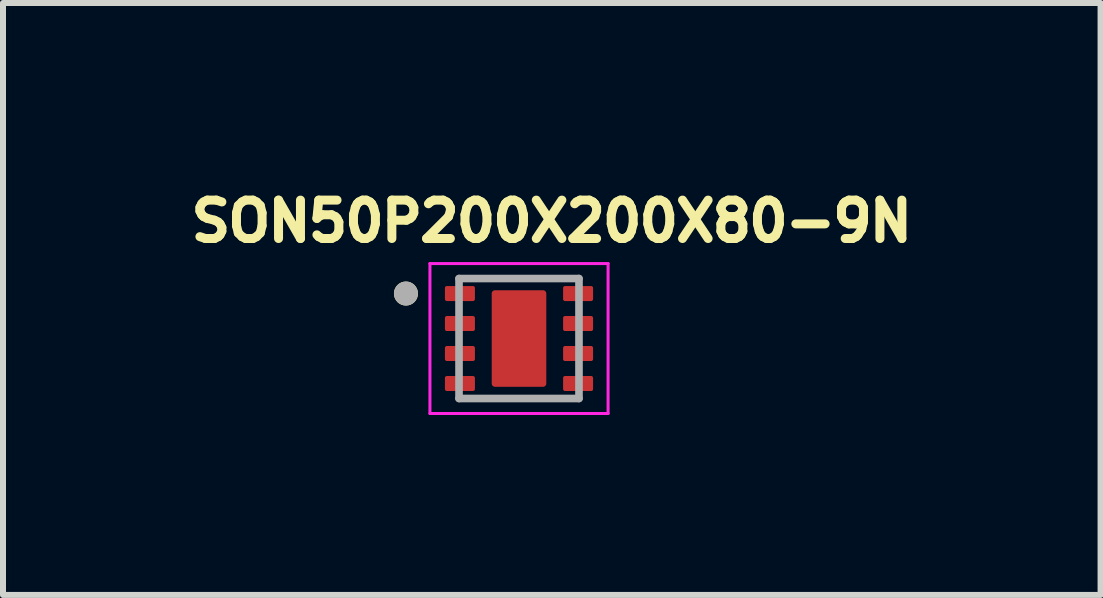
<source format=kicad_pcb>
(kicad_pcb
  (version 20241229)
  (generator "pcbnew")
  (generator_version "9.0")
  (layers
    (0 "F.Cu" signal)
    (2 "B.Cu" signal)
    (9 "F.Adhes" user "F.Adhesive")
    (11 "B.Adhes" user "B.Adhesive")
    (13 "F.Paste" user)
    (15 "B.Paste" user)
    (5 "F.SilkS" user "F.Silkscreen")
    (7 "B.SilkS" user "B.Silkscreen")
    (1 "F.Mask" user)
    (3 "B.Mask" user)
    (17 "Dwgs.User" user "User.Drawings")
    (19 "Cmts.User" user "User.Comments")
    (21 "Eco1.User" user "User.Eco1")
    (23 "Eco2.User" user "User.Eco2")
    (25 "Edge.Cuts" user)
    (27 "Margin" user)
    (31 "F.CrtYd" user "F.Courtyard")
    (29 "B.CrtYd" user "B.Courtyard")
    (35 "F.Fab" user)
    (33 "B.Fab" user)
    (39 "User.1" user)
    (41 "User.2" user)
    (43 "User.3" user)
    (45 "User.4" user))
  (footprint "SON50P200X200X80-9N"
    (layer "F.Cu")
    (at 5.603 2.594)
    (property "Reference" "SON50P200X200X80-9N" (at 0.547 -1.956 0) (layer "F.SilkS") (effects (font (size 0.64 0.64) (thickness 0.15))))
    (attr smd)
    (fp_poly (pts (xy -1.255 -0.945) (xy -0.715 -0.945) (xy -0.712 -0.945) (xy -0.71 -0.945) (xy -0.707 -0.944) (xy -0.705 -0.944) (xy -0.702 -0.943) (xy -0.7 -0.943) (xy -0.697 -0.942) (xy -0.695 -0.941) (xy -0.692 -0.94) (xy -0.69 -0.938) (xy -0.688 -0.937) (xy -0.686 -0.935) (xy -0.684 -0.934) (xy -0.682 -0.932) (xy -0.68 -0.93) (xy -0.678 -0.928) (xy -0.676 -0.926) (xy -0.675 -0.924) (xy -0.673 -0.922) (xy -0.672 -0.92) (xy -0.67 -0.918) (xy -0.669 -0.915) (xy -0.668 -0.913) (xy -0.667 -0.91) (xy -0.667 -0.908) (xy -0.666 -0.905) (xy -0.666 -0.903) (xy -0.665 -0.9) (xy -0.665 -0.898) (xy -0.665 -0.895) (xy -0.665 -0.605) (xy -0.665 -0.602) (xy -0.665 -0.6) (xy -0.666 -0.597) (xy -0.666 -0.595) (xy -0.667 -0.592) (xy -0.667 -0.59) (xy -0.668 -0.587) (xy -0.669 -0.585) (xy -0.67 -0.582) (xy -0.672 -0.58) (xy -0.673 -0.578) (xy -0.675 -0.576) (xy -0.676 -0.574) (xy -0.678 -0.572) (xy -0.68 -0.57) (xy -0.682 -0.568) (xy -0.684 -0.566) (xy -0.686 -0.565) (xy -0.688 -0.563) (xy -0.69 -0.562) (xy -0.692 -0.56) (xy -0.695 -0.559) (xy -0.697 -0.558) (xy -0.7 -0.557) (xy -0.702 -0.557) (xy -0.705 -0.556) (xy -0.707 -0.556) (xy -0.71 -0.555) (xy -0.712 -0.555) (xy -0.715 -0.555) (xy -1.255 -0.555) (xy -1.258 -0.555) (xy -1.26 -0.555) (xy -1.263 -0.556) (xy -1.265 -0.556) (xy -1.268 -0.557) (xy -1.27 -0.557) (xy -1.273 -0.558) (xy -1.275 -0.559) (xy -1.278 -0.56) (xy -1.28 -0.562) (xy -1.282 -0.563) (xy -1.284 -0.565) (xy -1.286 -0.566) (xy -1.288 -0.568) (xy -1.29 -0.57) (xy -1.292 -0.572) (xy -1.294 -0.574) (xy -1.295 -0.576) (xy -1.297 -0.578) (xy -1.298 -0.58) (xy -1.3 -0.582) (xy -1.301 -0.585) (xy -1.302 -0.587) (xy -1.303 -0.59) (xy -1.303 -0.592) (xy -1.304 -0.595) (xy -1.304 -0.597) (xy -1.305 -0.6) (xy -1.305 -0.602) (xy -1.305 -0.605) (xy -1.305 -0.895) (xy -1.305 -0.898) (xy -1.305 -0.9) (xy -1.304 -0.903) (xy -1.304 -0.905) (xy -1.303 -0.908) (xy -1.303 -0.91) (xy -1.302 -0.913) (xy -1.301 -0.915) (xy -1.3 -0.918) (xy -1.298 -0.92) (xy -1.297 -0.922) (xy -1.295 -0.924) (xy -1.294 -0.926) (xy -1.292 -0.928) (xy -1.29 -0.93) (xy -1.288 -0.932) (xy -1.286 -0.934) (xy -1.284 -0.935) (xy -1.282 -0.937) (xy -1.28 -0.938) (xy -1.278 -0.94) (xy -1.275 -0.941) (xy -1.273 -0.942) (xy -1.27 -0.943) (xy -1.268 -0.943) (xy -1.265 -0.944) (xy -1.263 -0.944) (xy -1.26 -0.945) (xy -1.258 -0.945) (xy -1.255 -0.945)) (stroke (width 0.01) (type solid)) (fill yes) (layer "F.Mask"))
    (fp_poly (pts (xy -1.255 -0.445) (xy -0.715 -0.445) (xy -0.712 -0.445) (xy -0.71 -0.445) (xy -0.707 -0.444) (xy -0.705 -0.444) (xy -0.702 -0.443) (xy -0.7 -0.443) (xy -0.697 -0.442) (xy -0.695 -0.441) (xy -0.692 -0.44) (xy -0.69 -0.438) (xy -0.688 -0.437) (xy -0.686 -0.435) (xy -0.684 -0.434) (xy -0.682 -0.432) (xy -0.68 -0.43) (xy -0.678 -0.428) (xy -0.676 -0.426) (xy -0.675 -0.424) (xy -0.673 -0.422) (xy -0.672 -0.42) (xy -0.67 -0.418) (xy -0.669 -0.415) (xy -0.668 -0.413) (xy -0.667 -0.41) (xy -0.667 -0.408) (xy -0.666 -0.405) (xy -0.666 -0.403) (xy -0.665 -0.4) (xy -0.665 -0.398) (xy -0.665 -0.395) (xy -0.665 -0.105) (xy -0.665 -0.102) (xy -0.665 -0.1) (xy -0.666 -0.097) (xy -0.666 -0.095) (xy -0.667 -0.092) (xy -0.667 -0.09) (xy -0.668 -0.087) (xy -0.669 -0.085) (xy -0.67 -0.082) (xy -0.672 -0.08) (xy -0.673 -0.078) (xy -0.675 -0.076) (xy -0.676 -0.074) (xy -0.678 -0.072) (xy -0.68 -0.07) (xy -0.682 -0.068) (xy -0.684 -0.066) (xy -0.686 -0.065) (xy -0.688 -0.063) (xy -0.69 -0.062) (xy -0.692 -0.06) (xy -0.695 -0.059) (xy -0.697 -0.058) (xy -0.7 -0.057) (xy -0.702 -0.057) (xy -0.705 -0.056) (xy -0.707 -0.056) (xy -0.71 -0.055) (xy -0.712 -0.055) (xy -0.715 -0.055) (xy -1.255 -0.055) (xy -1.258 -0.055) (xy -1.26 -0.055) (xy -1.263 -0.056) (xy -1.265 -0.056) (xy -1.268 -0.057) (xy -1.27 -0.057) (xy -1.273 -0.058) (xy -1.275 -0.059) (xy -1.278 -0.06) (xy -1.28 -0.062) (xy -1.282 -0.063) (xy -1.284 -0.065) (xy -1.286 -0.066) (xy -1.288 -0.068) (xy -1.29 -0.07) (xy -1.292 -0.072) (xy -1.294 -0.074) (xy -1.295 -0.076) (xy -1.297 -0.078) (xy -1.298 -0.08) (xy -1.3 -0.082) (xy -1.301 -0.085) (xy -1.302 -0.087) (xy -1.303 -0.09) (xy -1.303 -0.092) (xy -1.304 -0.095) (xy -1.304 -0.097) (xy -1.305 -0.1) (xy -1.305 -0.102) (xy -1.305 -0.105) (xy -1.305 -0.395) (xy -1.305 -0.398) (xy -1.305 -0.4) (xy -1.304 -0.403) (xy -1.304 -0.405) (xy -1.303 -0.408) (xy -1.303 -0.41) (xy -1.302 -0.413) (xy -1.301 -0.415) (xy -1.3 -0.418) (xy -1.298 -0.42) (xy -1.297 -0.422) (xy -1.295 -0.424) (xy -1.294 -0.426) (xy -1.292 -0.428) (xy -1.29 -0.43) (xy -1.288 -0.432) (xy -1.286 -0.434) (xy -1.284 -0.435) (xy -1.282 -0.437) (xy -1.28 -0.438) (xy -1.278 -0.44) (xy -1.275 -0.441) (xy -1.273 -0.442) (xy -1.27 -0.443) (xy -1.268 -0.443) (xy -1.265 -0.444) (xy -1.263 -0.444) (xy -1.26 -0.445) (xy -1.258 -0.445) (xy -1.255 -0.445)) (stroke (width 0.01) (type solid)) (fill yes) (layer "F.Mask"))
    (fp_poly (pts (xy -1.255 0.055) (xy -0.715 0.055) (xy -0.712 0.055) (xy -0.71 0.055) (xy -0.707 0.056) (xy -0.705 0.056) (xy -0.702 0.057) (xy -0.7 0.057) (xy -0.697 0.058) (xy -0.695 0.059) (xy -0.692 0.06) (xy -0.69 0.062) (xy -0.688 0.063) (xy -0.686 0.065) (xy -0.684 0.066) (xy -0.682 0.068) (xy -0.68 0.07) (xy -0.678 0.072) (xy -0.676 0.074) (xy -0.675 0.076) (xy -0.673 0.078) (xy -0.672 0.08) (xy -0.67 0.082) (xy -0.669 0.085) (xy -0.668 0.087) (xy -0.667 0.09) (xy -0.667 0.092) (xy -0.666 0.095) (xy -0.666 0.097) (xy -0.665 0.1) (xy -0.665 0.102) (xy -0.665 0.105) (xy -0.665 0.395) (xy -0.665 0.398) (xy -0.665 0.4) (xy -0.666 0.403) (xy -0.666 0.405) (xy -0.667 0.408) (xy -0.667 0.41) (xy -0.668 0.413) (xy -0.669 0.415) (xy -0.67 0.418) (xy -0.672 0.42) (xy -0.673 0.422) (xy -0.675 0.424) (xy -0.676 0.426) (xy -0.678 0.428) (xy -0.68 0.43) (xy -0.682 0.432) (xy -0.684 0.434) (xy -0.686 0.435) (xy -0.688 0.437) (xy -0.69 0.438) (xy -0.692 0.44) (xy -0.695 0.441) (xy -0.697 0.442) (xy -0.7 0.443) (xy -0.702 0.443) (xy -0.705 0.444) (xy -0.707 0.444) (xy -0.71 0.445) (xy -0.712 0.445) (xy -0.715 0.445) (xy -1.255 0.445) (xy -1.258 0.445) (xy -1.26 0.445) (xy -1.263 0.444) (xy -1.265 0.444) (xy -1.268 0.443) (xy -1.27 0.443) (xy -1.273 0.442) (xy -1.275 0.441) (xy -1.278 0.44) (xy -1.28 0.438) (xy -1.282 0.437) (xy -1.284 0.435) (xy -1.286 0.434) (xy -1.288 0.432) (xy -1.29 0.43) (xy -1.292 0.428) (xy -1.294 0.426) (xy -1.295 0.424) (xy -1.297 0.422) (xy -1.298 0.42) (xy -1.3 0.418) (xy -1.301 0.415) (xy -1.302 0.413) (xy -1.303 0.41) (xy -1.303 0.408) (xy -1.304 0.405) (xy -1.304 0.403) (xy -1.305 0.4) (xy -1.305 0.398) (xy -1.305 0.395) (xy -1.305 0.105) (xy -1.305 0.102) (xy -1.305 0.1) (xy -1.304 0.097) (xy -1.304 0.095) (xy -1.303 0.092) (xy -1.303 0.09) (xy -1.302 0.087) (xy -1.301 0.085) (xy -1.3 0.082) (xy -1.298 0.08) (xy -1.297 0.078) (xy -1.295 0.076) (xy -1.294 0.074) (xy -1.292 0.072) (xy -1.29 0.07) (xy -1.288 0.068) (xy -1.286 0.066) (xy -1.284 0.065) (xy -1.282 0.063) (xy -1.28 0.062) (xy -1.278 0.06) (xy -1.275 0.059) (xy -1.273 0.058) (xy -1.27 0.057) (xy -1.268 0.057) (xy -1.265 0.056) (xy -1.263 0.056) (xy -1.26 0.055) (xy -1.258 0.055) (xy -1.255 0.055)) (stroke (width 0.01) (type solid)) (fill yes) (layer "F.Mask"))
    (fp_poly (pts (xy -1.255 0.555) (xy -0.715 0.555) (xy -0.712 0.555) (xy -0.71 0.555) (xy -0.707 0.556) (xy -0.705 0.556) (xy -0.702 0.557) (xy -0.7 0.557) (xy -0.697 0.558) (xy -0.695 0.559) (xy -0.692 0.56) (xy -0.69 0.562) (xy -0.688 0.563) (xy -0.686 0.565) (xy -0.684 0.566) (xy -0.682 0.568) (xy -0.68 0.57) (xy -0.678 0.572) (xy -0.676 0.574) (xy -0.675 0.576) (xy -0.673 0.578) (xy -0.672 0.58) (xy -0.67 0.582) (xy -0.669 0.585) (xy -0.668 0.587) (xy -0.667 0.59) (xy -0.667 0.592) (xy -0.666 0.595) (xy -0.666 0.597) (xy -0.665 0.6) (xy -0.665 0.602) (xy -0.665 0.605) (xy -0.665 0.895) (xy -0.665 0.898) (xy -0.665 0.9) (xy -0.666 0.903) (xy -0.666 0.905) (xy -0.667 0.908) (xy -0.667 0.91) (xy -0.668 0.913) (xy -0.669 0.915) (xy -0.67 0.918) (xy -0.672 0.92) (xy -0.673 0.922) (xy -0.675 0.924) (xy -0.676 0.926) (xy -0.678 0.928) (xy -0.68 0.93) (xy -0.682 0.932) (xy -0.684 0.934) (xy -0.686 0.935) (xy -0.688 0.937) (xy -0.69 0.938) (xy -0.692 0.94) (xy -0.695 0.941) (xy -0.697 0.942) (xy -0.7 0.943) (xy -0.702 0.943) (xy -0.705 0.944) (xy -0.707 0.944) (xy -0.71 0.945) (xy -0.712 0.945) (xy -0.715 0.945) (xy -1.255 0.945) (xy -1.258 0.945) (xy -1.26 0.945) (xy -1.263 0.944) (xy -1.265 0.944) (xy -1.268 0.943) (xy -1.27 0.943) (xy -1.273 0.942) (xy -1.275 0.941) (xy -1.278 0.94) (xy -1.28 0.938) (xy -1.282 0.937) (xy -1.284 0.935) (xy -1.286 0.934) (xy -1.288 0.932) (xy -1.29 0.93) (xy -1.292 0.928) (xy -1.294 0.926) (xy -1.295 0.924) (xy -1.297 0.922) (xy -1.298 0.92) (xy -1.3 0.918) (xy -1.301 0.915) (xy -1.302 0.913) (xy -1.303 0.91) (xy -1.303 0.908) (xy -1.304 0.905) (xy -1.304 0.903) (xy -1.305 0.9) (xy -1.305 0.898) (xy -1.305 0.895) (xy -1.305 0.605) (xy -1.305 0.602) (xy -1.305 0.6) (xy -1.304 0.597) (xy -1.304 0.595) (xy -1.303 0.592) (xy -1.303 0.59) (xy -1.302 0.587) (xy -1.301 0.585) (xy -1.3 0.582) (xy -1.298 0.58) (xy -1.297 0.578) (xy -1.295 0.576) (xy -1.294 0.574) (xy -1.292 0.572) (xy -1.29 0.57) (xy -1.288 0.568) (xy -1.286 0.566) (xy -1.284 0.565) (xy -1.282 0.563) (xy -1.28 0.562) (xy -1.278 0.56) (xy -1.275 0.559) (xy -1.273 0.558) (xy -1.27 0.557) (xy -1.268 0.557) (xy -1.265 0.556) (xy -1.263 0.556) (xy -1.26 0.555) (xy -1.258 0.555) (xy -1.255 0.555)) (stroke (width 0.01) (type solid)) (fill yes) (layer "F.Mask"))
    (fp_poly (pts (xy -0.52 0.82) (xy -0.52 -0.82) (xy -0.52 -0.823) (xy -0.52 -0.825) (xy -0.519 -0.828) (xy -0.519 -0.83) (xy -0.518 -0.833) (xy -0.518 -0.835) (xy -0.517 -0.838) (xy -0.516 -0.84) (xy -0.515 -0.843) (xy -0.513 -0.845) (xy -0.512 -0.847) (xy -0.51 -0.849) (xy -0.509 -0.851) (xy -0.507 -0.853) (xy -0.505 -0.855) (xy -0.503 -0.857) (xy -0.501 -0.859) (xy -0.499 -0.86) (xy -0.497 -0.862) (xy -0.495 -0.863) (xy -0.493 -0.865) (xy -0.49 -0.866) (xy -0.488 -0.867) (xy -0.485 -0.868) (xy -0.483 -0.868) (xy -0.48 -0.869) (xy -0.478 -0.869) (xy -0.475 -0.87) (xy -0.473 -0.87) (xy -0.47 -0.87) (xy 0.47 -0.87) (xy 0.473 -0.87) (xy 0.475 -0.87) (xy 0.478 -0.869) (xy 0.48 -0.869) (xy 0.483 -0.868) (xy 0.485 -0.868) (xy 0.488 -0.867) (xy 0.49 -0.866) (xy 0.493 -0.865) (xy 0.495 -0.863) (xy 0.497 -0.862) (xy 0.499 -0.86) (xy 0.501 -0.859) (xy 0.503 -0.857) (xy 0.505 -0.855) (xy 0.507 -0.853) (xy 0.509 -0.851) (xy 0.51 -0.849) (xy 0.512 -0.847) (xy 0.513 -0.845) (xy 0.515 -0.843) (xy 0.516 -0.84) (xy 0.517 -0.838) (xy 0.518 -0.835) (xy 0.518 -0.833) (xy 0.519 -0.83) (xy 0.519 -0.828) (xy 0.52 -0.825) (xy 0.52 -0.823) (xy 0.52 -0.82) (xy 0.52 0.82) (xy 0.52 0.823) (xy 0.52 0.825) (xy 0.519 0.828) (xy 0.519 0.83) (xy 0.518 0.833) (xy 0.518 0.835) (xy 0.517 0.838) (xy 0.516 0.84) (xy 0.515 0.843) (xy 0.513 0.845) (xy 0.512 0.847) (xy 0.51 0.849) (xy 0.509 0.851) (xy 0.507 0.853) (xy 0.505 0.855) (xy 0.503 0.857) (xy 0.501 0.859) (xy 0.499 0.86) (xy 0.497 0.862) (xy 0.495 0.863) (xy 0.493 0.865) (xy 0.49 0.866) (xy 0.488 0.867) (xy 0.485 0.868) (xy 0.483 0.868) (xy 0.48 0.869) (xy 0.478 0.869) (xy 0.475 0.87) (xy 0.473 0.87) (xy 0.47 0.87) (xy -0.47 0.87) (xy -0.473 0.87) (xy -0.475 0.87) (xy -0.478 0.869) (xy -0.48 0.869) (xy -0.483 0.868) (xy -0.485 0.868) (xy -0.488 0.867) (xy -0.49 0.866) (xy -0.493 0.865) (xy -0.495 0.863) (xy -0.497 0.862) (xy -0.499 0.86) (xy -0.501 0.859) (xy -0.503 0.857) (xy -0.505 0.855) (xy -0.507 0.853) (xy -0.509 0.851) (xy -0.51 0.849) (xy -0.512 0.847) (xy -0.513 0.845) (xy -0.515 0.843) (xy -0.516 0.84) (xy -0.517 0.838) (xy -0.518 0.835) (xy -0.518 0.833) (xy -0.519 0.83) (xy -0.519 0.828) (xy -0.52 0.825) (xy -0.52 0.823) (xy -0.52 0.82)) (stroke (width 0.01) (type solid)) (fill yes) (layer "F.Mask"))
    (fp_poly (pts (xy 0.715 -0.945) (xy 1.255 -0.945) (xy 1.258 -0.945) (xy 1.26 -0.945) (xy 1.263 -0.944) (xy 1.265 -0.944) (xy 1.268 -0.943) (xy 1.27 -0.943) (xy 1.273 -0.942) (xy 1.275 -0.941) (xy 1.278 -0.94) (xy 1.28 -0.938) (xy 1.282 -0.937) (xy 1.284 -0.935) (xy 1.286 -0.934) (xy 1.288 -0.932) (xy 1.29 -0.93) (xy 1.292 -0.928) (xy 1.294 -0.926) (xy 1.295 -0.924) (xy 1.297 -0.922) (xy 1.298 -0.92) (xy 1.3 -0.918) (xy 1.301 -0.915) (xy 1.302 -0.913) (xy 1.303 -0.91) (xy 1.303 -0.908) (xy 1.304 -0.905) (xy 1.304 -0.903) (xy 1.305 -0.9) (xy 1.305 -0.898) (xy 1.305 -0.895) (xy 1.305 -0.605) (xy 1.305 -0.602) (xy 1.305 -0.6) (xy 1.304 -0.597) (xy 1.304 -0.595) (xy 1.303 -0.592) (xy 1.303 -0.59) (xy 1.302 -0.587) (xy 1.301 -0.585) (xy 1.3 -0.582) (xy 1.298 -0.58) (xy 1.297 -0.578) (xy 1.295 -0.576) (xy 1.294 -0.574) (xy 1.292 -0.572) (xy 1.29 -0.57) (xy 1.288 -0.568) (xy 1.286 -0.566) (xy 1.284 -0.565) (xy 1.282 -0.563) (xy 1.28 -0.562) (xy 1.278 -0.56) (xy 1.275 -0.559) (xy 1.273 -0.558) (xy 1.27 -0.557) (xy 1.268 -0.557) (xy 1.265 -0.556) (xy 1.263 -0.556) (xy 1.26 -0.555) (xy 1.258 -0.555) (xy 1.255 -0.555) (xy 0.715 -0.555) (xy 0.712 -0.555) (xy 0.71 -0.555) (xy 0.707 -0.556) (xy 0.705 -0.556) (xy 0.702 -0.557) (xy 0.7 -0.557) (xy 0.697 -0.558) (xy 0.695 -0.559) (xy 0.692 -0.56) (xy 0.69 -0.562) (xy 0.688 -0.563) (xy 0.686 -0.565) (xy 0.684 -0.566) (xy 0.682 -0.568) (xy 0.68 -0.57) (xy 0.678 -0.572) (xy 0.676 -0.574) (xy 0.675 -0.576) (xy 0.673 -0.578) (xy 0.672 -0.58) (xy 0.67 -0.582) (xy 0.669 -0.585) (xy 0.668 -0.587) (xy 0.667 -0.59) (xy 0.667 -0.592) (xy 0.666 -0.595) (xy 0.666 -0.597) (xy 0.665 -0.6) (xy 0.665 -0.602) (xy 0.665 -0.605) (xy 0.665 -0.895) (xy 0.665 -0.898) (xy 0.665 -0.9) (xy 0.666 -0.903) (xy 0.666 -0.905) (xy 0.667 -0.908) (xy 0.667 -0.91) (xy 0.668 -0.913) (xy 0.669 -0.915) (xy 0.67 -0.918) (xy 0.672 -0.92) (xy 0.673 -0.922) (xy 0.675 -0.924) (xy 0.676 -0.926) (xy 0.678 -0.928) (xy 0.68 -0.93) (xy 0.682 -0.932) (xy 0.684 -0.934) (xy 0.686 -0.935) (xy 0.688 -0.937) (xy 0.69 -0.938) (xy 0.692 -0.94) (xy 0.695 -0.941) (xy 0.697 -0.942) (xy 0.7 -0.943) (xy 0.702 -0.943) (xy 0.705 -0.944) (xy 0.707 -0.944) (xy 0.71 -0.945) (xy 0.712 -0.945) (xy 0.715 -0.945)) (stroke (width 0.01) (type solid)) (fill yes) (layer "F.Mask"))
    (fp_poly (pts (xy 0.715 -0.445) (xy 1.255 -0.445) (xy 1.258 -0.445) (xy 1.26 -0.445) (xy 1.263 -0.444) (xy 1.265 -0.444) (xy 1.268 -0.443) (xy 1.27 -0.443) (xy 1.273 -0.442) (xy 1.275 -0.441) (xy 1.278 -0.44) (xy 1.28 -0.438) (xy 1.282 -0.437) (xy 1.284 -0.435) (xy 1.286 -0.434) (xy 1.288 -0.432) (xy 1.29 -0.43) (xy 1.292 -0.428) (xy 1.294 -0.426) (xy 1.295 -0.424) (xy 1.297 -0.422) (xy 1.298 -0.42) (xy 1.3 -0.418) (xy 1.301 -0.415) (xy 1.302 -0.413) (xy 1.303 -0.41) (xy 1.303 -0.408) (xy 1.304 -0.405) (xy 1.304 -0.403) (xy 1.305 -0.4) (xy 1.305 -0.398) (xy 1.305 -0.395) (xy 1.305 -0.105) (xy 1.305 -0.102) (xy 1.305 -0.1) (xy 1.304 -0.097) (xy 1.304 -0.095) (xy 1.303 -0.092) (xy 1.303 -0.09) (xy 1.302 -0.087) (xy 1.301 -0.085) (xy 1.3 -0.082) (xy 1.298 -0.08) (xy 1.297 -0.078) (xy 1.295 -0.076) (xy 1.294 -0.074) (xy 1.292 -0.072) (xy 1.29 -0.07) (xy 1.288 -0.068) (xy 1.286 -0.066) (xy 1.284 -0.065) (xy 1.282 -0.063) (xy 1.28 -0.062) (xy 1.278 -0.06) (xy 1.275 -0.059) (xy 1.273 -0.058) (xy 1.27 -0.057) (xy 1.268 -0.057) (xy 1.265 -0.056) (xy 1.263 -0.056) (xy 1.26 -0.055) (xy 1.258 -0.055) (xy 1.255 -0.055) (xy 0.715 -0.055) (xy 0.712 -0.055) (xy 0.71 -0.055) (xy 0.707 -0.056) (xy 0.705 -0.056) (xy 0.702 -0.057) (xy 0.7 -0.057) (xy 0.697 -0.058) (xy 0.695 -0.059) (xy 0.692 -0.06) (xy 0.69 -0.062) (xy 0.688 -0.063) (xy 0.686 -0.065) (xy 0.684 -0.066) (xy 0.682 -0.068) (xy 0.68 -0.07) (xy 0.678 -0.072) (xy 0.676 -0.074) (xy 0.675 -0.076) (xy 0.673 -0.078) (xy 0.672 -0.08) (xy 0.67 -0.082) (xy 0.669 -0.085) (xy 0.668 -0.087) (xy 0.667 -0.09) (xy 0.667 -0.092) (xy 0.666 -0.095) (xy 0.666 -0.097) (xy 0.665 -0.1) (xy 0.665 -0.102) (xy 0.665 -0.105) (xy 0.665 -0.395) (xy 0.665 -0.398) (xy 0.665 -0.4) (xy 0.666 -0.403) (xy 0.666 -0.405) (xy 0.667 -0.408) (xy 0.667 -0.41) (xy 0.668 -0.413) (xy 0.669 -0.415) (xy 0.67 -0.418) (xy 0.672 -0.42) (xy 0.673 -0.422) (xy 0.675 -0.424) (xy 0.676 -0.426) (xy 0.678 -0.428) (xy 0.68 -0.43) (xy 0.682 -0.432) (xy 0.684 -0.434) (xy 0.686 -0.435) (xy 0.688 -0.437) (xy 0.69 -0.438) (xy 0.692 -0.44) (xy 0.695 -0.441) (xy 0.697 -0.442) (xy 0.7 -0.443) (xy 0.702 -0.443) (xy 0.705 -0.444) (xy 0.707 -0.444) (xy 0.71 -0.445) (xy 0.712 -0.445) (xy 0.715 -0.445)) (stroke (width 0.01) (type solid)) (fill yes) (layer "F.Mask"))
    (fp_poly (pts (xy 0.715 0.055) (xy 1.255 0.055) (xy 1.258 0.055) (xy 1.26 0.055) (xy 1.263 0.056) (xy 1.265 0.056) (xy 1.268 0.057) (xy 1.27 0.057) (xy 1.273 0.058) (xy 1.275 0.059) (xy 1.278 0.06) (xy 1.28 0.062) (xy 1.282 0.063) (xy 1.284 0.065) (xy 1.286 0.066) (xy 1.288 0.068) (xy 1.29 0.07) (xy 1.292 0.072) (xy 1.294 0.074) (xy 1.295 0.076) (xy 1.297 0.078) (xy 1.298 0.08) (xy 1.3 0.082) (xy 1.301 0.085) (xy 1.302 0.087) (xy 1.303 0.09) (xy 1.303 0.092) (xy 1.304 0.095) (xy 1.304 0.097) (xy 1.305 0.1) (xy 1.305 0.102) (xy 1.305 0.105) (xy 1.305 0.395) (xy 1.305 0.398) (xy 1.305 0.4) (xy 1.304 0.403) (xy 1.304 0.405) (xy 1.303 0.408) (xy 1.303 0.41) (xy 1.302 0.413) (xy 1.301 0.415) (xy 1.3 0.418) (xy 1.298 0.42) (xy 1.297 0.422) (xy 1.295 0.424) (xy 1.294 0.426) (xy 1.292 0.428) (xy 1.29 0.43) (xy 1.288 0.432) (xy 1.286 0.434) (xy 1.284 0.435) (xy 1.282 0.437) (xy 1.28 0.438) (xy 1.278 0.44) (xy 1.275 0.441) (xy 1.273 0.442) (xy 1.27 0.443) (xy 1.268 0.443) (xy 1.265 0.444) (xy 1.263 0.444) (xy 1.26 0.445) (xy 1.258 0.445) (xy 1.255 0.445) (xy 0.715 0.445) (xy 0.712 0.445) (xy 0.71 0.445) (xy 0.707 0.444) (xy 0.705 0.444) (xy 0.702 0.443) (xy 0.7 0.443) (xy 0.697 0.442) (xy 0.695 0.441) (xy 0.692 0.44) (xy 0.69 0.438) (xy 0.688 0.437) (xy 0.686 0.435) (xy 0.684 0.434) (xy 0.682 0.432) (xy 0.68 0.43) (xy 0.678 0.428) (xy 0.676 0.426) (xy 0.675 0.424) (xy 0.673 0.422) (xy 0.672 0.42) (xy 0.67 0.418) (xy 0.669 0.415) (xy 0.668 0.413) (xy 0.667 0.41) (xy 0.667 0.408) (xy 0.666 0.405) (xy 0.666 0.403) (xy 0.665 0.4) (xy 0.665 0.398) (xy 0.665 0.395) (xy 0.665 0.105) (xy 0.665 0.102) (xy 0.665 0.1) (xy 0.666 0.097) (xy 0.666 0.095) (xy 0.667 0.092) (xy 0.667 0.09) (xy 0.668 0.087) (xy 0.669 0.085) (xy 0.67 0.082) (xy 0.672 0.08) (xy 0.673 0.078) (xy 0.675 0.076) (xy 0.676 0.074) (xy 0.678 0.072) (xy 0.68 0.07) (xy 0.682 0.068) (xy 0.684 0.066) (xy 0.686 0.065) (xy 0.688 0.063) (xy 0.69 0.062) (xy 0.692 0.06) (xy 0.695 0.059) (xy 0.697 0.058) (xy 0.7 0.057) (xy 0.702 0.057) (xy 0.705 0.056) (xy 0.707 0.056) (xy 0.71 0.055) (xy 0.712 0.055) (xy 0.715 0.055)) (stroke (width 0.01) (type solid)) (fill yes) (layer "F.Mask"))
    (fp_poly (pts (xy 0.715 0.555) (xy 1.255 0.555) (xy 1.258 0.555) (xy 1.26 0.555) (xy 1.263 0.556) (xy 1.265 0.556) (xy 1.268 0.557) (xy 1.27 0.557) (xy 1.273 0.558) (xy 1.275 0.559) (xy 1.278 0.56) (xy 1.28 0.562) (xy 1.282 0.563) (xy 1.284 0.565) (xy 1.286 0.566) (xy 1.288 0.568) (xy 1.29 0.57) (xy 1.292 0.572) (xy 1.294 0.574) (xy 1.295 0.576) (xy 1.297 0.578) (xy 1.298 0.58) (xy 1.3 0.582) (xy 1.301 0.585) (xy 1.302 0.587) (xy 1.303 0.59) (xy 1.303 0.592) (xy 1.304 0.595) (xy 1.304 0.597) (xy 1.305 0.6) (xy 1.305 0.602) (xy 1.305 0.605) (xy 1.305 0.895) (xy 1.305 0.898) (xy 1.305 0.9) (xy 1.304 0.903) (xy 1.304 0.905) (xy 1.303 0.908) (xy 1.303 0.91) (xy 1.302 0.913) (xy 1.301 0.915) (xy 1.3 0.918) (xy 1.298 0.92) (xy 1.297 0.922) (xy 1.295 0.924) (xy 1.294 0.926) (xy 1.292 0.928) (xy 1.29 0.93) (xy 1.288 0.932) (xy 1.286 0.934) (xy 1.284 0.935) (xy 1.282 0.937) (xy 1.28 0.938) (xy 1.278 0.94) (xy 1.275 0.941) (xy 1.273 0.942) (xy 1.27 0.943) (xy 1.268 0.943) (xy 1.265 0.944) (xy 1.263 0.944) (xy 1.26 0.945) (xy 1.258 0.945) (xy 1.255 0.945) (xy 0.715 0.945) (xy 0.712 0.945) (xy 0.71 0.945) (xy 0.707 0.944) (xy 0.705 0.944) (xy 0.702 0.943) (xy 0.7 0.943) (xy 0.697 0.942) (xy 0.695 0.941) (xy 0.692 0.94) (xy 0.69 0.938) (xy 0.688 0.937) (xy 0.686 0.935) (xy 0.684 0.934) (xy 0.682 0.932) (xy 0.68 0.93) (xy 0.678 0.928) (xy 0.676 0.926) (xy 0.675 0.924) (xy 0.673 0.922) (xy 0.672 0.92) (xy 0.67 0.918) (xy 0.669 0.915) (xy 0.668 0.913) (xy 0.667 0.91) (xy 0.667 0.908) (xy 0.666 0.905) (xy 0.666 0.903) (xy 0.665 0.9) (xy 0.665 0.898) (xy 0.665 0.895) (xy 0.665 0.605) (xy 0.665 0.602) (xy 0.665 0.6) (xy 0.666 0.597) (xy 0.666 0.595) (xy 0.667 0.592) (xy 0.667 0.59) (xy 0.668 0.587) (xy 0.669 0.585) (xy 0.67 0.582) (xy 0.672 0.58) (xy 0.673 0.578) (xy 0.675 0.576) (xy 0.676 0.574) (xy 0.678 0.572) (xy 0.68 0.57) (xy 0.682 0.568) (xy 0.684 0.566) (xy 0.686 0.565) (xy 0.688 0.563) (xy 0.69 0.562) (xy 0.692 0.56) (xy 0.695 0.559) (xy 0.697 0.558) (xy 0.7 0.557) (xy 0.702 0.557) (xy 0.705 0.556) (xy 0.707 0.556) (xy 0.71 0.555) (xy 0.712 0.555) (xy 0.715 0.555)) (stroke (width 0.01) (type solid)) (fill yes) (layer "F.Mask"))
    (fp_circle (center -1.885 -0.75) (end -1.785 -0.75) (stroke (width 0.2) (type solid)) (fill no) (layer "F.SilkS"))
    (fp_poly (pts (xy -0.45 -0.15) (xy -0.45 -0.75) (xy -0.45 -0.753) (xy -0.45 -0.755) (xy -0.449 -0.758) (xy -0.449 -0.76) (xy -0.448 -0.763) (xy -0.448 -0.765) (xy -0.447 -0.768) (xy -0.446 -0.77) (xy -0.445 -0.773) (xy -0.443 -0.775) (xy -0.442 -0.777) (xy -0.44 -0.779) (xy -0.439 -0.781) (xy -0.437 -0.783) (xy -0.435 -0.785) (xy -0.433 -0.787) (xy -0.431 -0.789) (xy -0.429 -0.79) (xy -0.427 -0.792) (xy -0.425 -0.793) (xy -0.423 -0.795) (xy -0.42 -0.796) (xy -0.418 -0.797) (xy -0.415 -0.798) (xy -0.413 -0.798) (xy -0.41 -0.799) (xy -0.408 -0.799) (xy -0.405 -0.8) (xy -0.403 -0.8) (xy -0.4 -0.8) (xy 0.4 -0.8) (xy 0.403 -0.8) (xy 0.405 -0.8) (xy 0.408 -0.799) (xy 0.41 -0.799) (xy 0.413 -0.798) (xy 0.415 -0.798) (xy 0.418 -0.797) (xy 0.42 -0.796) (xy 0.423 -0.795) (xy 0.425 -0.793) (xy 0.427 -0.792) (xy 0.429 -0.79) (xy 0.431 -0.789) (xy 0.433 -0.787) (xy 0.435 -0.785) (xy 0.437 -0.783) (xy 0.439 -0.781) (xy 0.44 -0.779) (xy 0.442 -0.777) (xy 0.443 -0.775) (xy 0.445 -0.773) (xy 0.446 -0.77) (xy 0.447 -0.768) (xy 0.448 -0.765) (xy 0.448 -0.763) (xy 0.449 -0.76) (xy 0.449 -0.758) (xy 0.45 -0.755) (xy 0.45 -0.753) (xy 0.45 -0.75) (xy 0.45 -0.15) (xy 0.45 -0.147) (xy 0.45 -0.145) (xy 0.449 -0.142) (xy 0.449 -0.14) (xy 0.448 -0.137) (xy 0.448 -0.135) (xy 0.447 -0.132) (xy 0.446 -0.13) (xy 0.445 -0.127) (xy 0.443 -0.125) (xy 0.442 -0.123) (xy 0.44 -0.121) (xy 0.439 -0.119) (xy 0.437 -0.117) (xy 0.435 -0.115) (xy 0.433 -0.113) (xy 0.431 -0.111) (xy 0.429 -0.11) (xy 0.427 -0.108) (xy 0.425 -0.107) (xy 0.423 -0.105) (xy 0.42 -0.104) (xy 0.418 -0.103) (xy 0.415 -0.102) (xy 0.413 -0.102) (xy 0.41 -0.101) (xy 0.408 -0.101) (xy 0.405 -0.1) (xy 0.403 -0.1) (xy 0.4 -0.1) (xy -0.4 -0.1) (xy -0.403 -0.1) (xy -0.405 -0.1) (xy -0.408 -0.101) (xy -0.41 -0.101) (xy -0.413 -0.102) (xy -0.415 -0.102) (xy -0.418 -0.103) (xy -0.42 -0.104) (xy -0.423 -0.105) (xy -0.425 -0.107) (xy -0.427 -0.108) (xy -0.429 -0.11) (xy -0.431 -0.111) (xy -0.433 -0.113) (xy -0.435 -0.115) (xy -0.437 -0.117) (xy -0.439 -0.119) (xy -0.44 -0.121) (xy -0.442 -0.123) (xy -0.443 -0.125) (xy -0.445 -0.127) (xy -0.446 -0.13) (xy -0.447 -0.132) (xy -0.448 -0.135) (xy -0.448 -0.137) (xy -0.449 -0.14) (xy -0.449 -0.142) (xy -0.45 -0.145) (xy -0.45 -0.147) (xy -0.45 -0.15)) (stroke (width 0.01) (type solid)) (fill yes) (layer "F.Paste"))
    (fp_poly (pts (xy -0.45 0.75) (xy -0.45 0.15) (xy -0.45 0.147) (xy -0.45 0.145) (xy -0.449 0.142) (xy -0.449 0.14) (xy -0.448 0.137) (xy -0.448 0.135) (xy -0.447 0.132) (xy -0.446 0.13) (xy -0.445 0.127) (xy -0.443 0.125) (xy -0.442 0.123) (xy -0.44 0.121) (xy -0.439 0.119) (xy -0.437 0.117) (xy -0.435 0.115) (xy -0.433 0.113) (xy -0.431 0.111) (xy -0.429 0.11) (xy -0.427 0.108) (xy -0.425 0.107) (xy -0.423 0.105) (xy -0.42 0.104) (xy -0.418 0.103) (xy -0.415 0.102) (xy -0.413 0.102) (xy -0.41 0.101) (xy -0.408 0.101) (xy -0.405 0.1) (xy -0.403 0.1) (xy -0.4 0.1) (xy 0.4 0.1) (xy 0.403 0.1) (xy 0.405 0.1) (xy 0.408 0.101) (xy 0.41 0.101) (xy 0.413 0.102) (xy 0.415 0.102) (xy 0.418 0.103) (xy 0.42 0.104) (xy 0.423 0.105) (xy 0.425 0.107) (xy 0.427 0.108) (xy 0.429 0.11) (xy 0.431 0.111) (xy 0.433 0.113) (xy 0.435 0.115) (xy 0.437 0.117) (xy 0.439 0.119) (xy 0.44 0.121) (xy 0.442 0.123) (xy 0.443 0.125) (xy 0.445 0.127) (xy 0.446 0.13) (xy 0.447 0.132) (xy 0.448 0.135) (xy 0.448 0.137) (xy 0.449 0.14) (xy 0.449 0.142) (xy 0.45 0.145) (xy 0.45 0.147) (xy 0.45 0.15) (xy 0.45 0.75) (xy 0.45 0.753) (xy 0.45 0.755) (xy 0.449 0.758) (xy 0.449 0.76) (xy 0.448 0.763) (xy 0.448 0.765) (xy 0.447 0.768) (xy 0.446 0.77) (xy 0.445 0.773) (xy 0.443 0.775) (xy 0.442 0.777) (xy 0.44 0.779) (xy 0.439 0.781) (xy 0.437 0.783) (xy 0.435 0.785) (xy 0.433 0.787) (xy 0.431 0.789) (xy 0.429 0.79) (xy 0.427 0.792) (xy 0.425 0.793) (xy 0.423 0.795) (xy 0.42 0.796) (xy 0.418 0.797) (xy 0.415 0.798) (xy 0.413 0.798) (xy 0.41 0.799) (xy 0.408 0.799) (xy 0.405 0.8) (xy 0.403 0.8) (xy 0.4 0.8) (xy -0.4 0.8) (xy -0.403 0.8) (xy -0.405 0.8) (xy -0.408 0.799) (xy -0.41 0.799) (xy -0.413 0.798) (xy -0.415 0.798) (xy -0.418 0.797) (xy -0.42 0.796) (xy -0.423 0.795) (xy -0.425 0.793) (xy -0.427 0.792) (xy -0.429 0.79) (xy -0.431 0.789) (xy -0.433 0.787) (xy -0.435 0.785) (xy -0.437 0.783) (xy -0.439 0.781) (xy -0.44 0.779) (xy -0.442 0.777) (xy -0.443 0.775) (xy -0.445 0.773) (xy -0.446 0.77) (xy -0.447 0.768) (xy -0.448 0.765) (xy -0.448 0.763) (xy -0.449 0.76) (xy -0.449 0.758) (xy -0.45 0.755) (xy -0.45 0.753) (xy -0.45 0.75)) (stroke (width 0.01) (type solid)) (fill yes) (layer "F.Paste"))
    (fp_line (start -1.485 -1.25) (end -1.485 1.25) (stroke (width 0.05) (type solid)) (layer "F.CrtYd"))
    (fp_line (start -1.485 1.25) (end 1.485 1.25) (stroke (width 0.05) (type solid)) (layer "F.CrtYd"))
    (fp_line (start 1.485 -1.25) (end -1.485 -1.25) (stroke (width 0.05) (type solid)) (layer "F.CrtYd"))
    (fp_line (start 1.485 1.25) (end 1.485 -1.25) (stroke (width 0.05) (type solid)) (layer "F.CrtYd"))
    (fp_line (start -1 -1) (end -1 1) (stroke (width 0.127) (type solid)) (layer "F.Fab"))
    (fp_line (start -1 -1) (end 1 -1) (stroke (width 0.127) (type solid)) (layer "F.Fab"))
    (fp_line (start -1 1) (end 1 1) (stroke (width 0.127) (type solid)) (layer "F.Fab"))
    (fp_line (start 1 -1) (end 1 1) (stroke (width 0.127) (type solid)) (layer "F.Fab"))
    (fp_circle (center -1.885 -0.75) (end -1.785 -0.75) (stroke (width 0.2) (type solid)) (fill no) (layer "F.Fab"))
    (pad "1" smd roundrect (at -0.985 -0.75) (size 0.5 0.25) (layers "F.Cu" "F.Paste") (roundrect_rratio 0.125))
    (pad "2" smd roundrect (at -0.985 -0.25) (size 0.5 0.25) (layers "F.Cu" "F.Paste") (roundrect_rratio 0.125))
    (pad "3" smd roundrect (at -0.985 0.25) (size 0.5 0.25) (layers "F.Cu" "F.Paste") (roundrect_rratio 0.125))
    (pad "4" smd roundrect (at -0.985 0.75) (size 0.5 0.25) (layers "F.Cu" "F.Paste") (roundrect_rratio 0.125))
    (pad "5" smd roundrect (at 0.985 0.75) (size 0.5 0.25) (layers "F.Cu" "F.Paste") (roundrect_rratio 0.125))
    (pad "6" smd roundrect (at 0.985 0.25) (size 0.5 0.25) (layers "F.Cu" "F.Paste") (roundrect_rratio 0.125))
    (pad "7" smd roundrect (at 0.985 -0.25) (size 0.5 0.25) (layers "F.Cu" "F.Paste") (roundrect_rratio 0.125))
    (pad "8" smd roundrect (at 0.985 -0.75) (size 0.5 0.25) (layers "F.Cu" "F.Paste") (roundrect_rratio 0.125))
    (pad "9" smd custom (at 0 0) (size 0.1 0.1) (layers "F.Cu") (options (anchor rect)) (primitives (gr_poly (pts (xy -0.45 0.75) (xy -0.45 -0.75) (xy -0.45 -0.753) (xy -0.45 -0.755) (xy -0.449 -0.758) (xy -0.449 -0.76) (xy -0.448 -0.763) (xy -0.448 -0.765) (xy -0.447 -0.768) (xy -0.446 -0.77) (xy -0.445 -0.773) (xy -0.443 -0.775) (xy -0.442 -0.777) (xy -0.44 -0.779) (xy -0.439 -0.781) (xy -0.437 -0.783) (xy -0.435 -0.785) (xy -0.433 -0.787) (xy -0.431 -0.789) (xy -0.429 -0.79) (xy -0.427 -0.792) (xy -0.425 -0.793) (xy -0.423 -0.795) (xy -0.42 -0.796) (xy -0.418 -0.797) (xy -0.415 -0.798) (xy -0.413 -0.798) (xy -0.41 -0.799) (xy -0.408 -0.799) (xy -0.405 -0.8) (xy -0.403 -0.8) (xy -0.4 -0.8) (xy 0.4 -0.8) (xy 0.403 -0.8) (xy 0.405 -0.8) (xy 0.408 -0.799) (xy 0.41 -0.799) (xy 0.413 -0.798) (xy 0.415 -0.798) (xy 0.418 -0.797) (xy 0.42 -0.796) (xy 0.423 -0.795) (xy 0.425 -0.793) (xy 0.427 -0.792) (xy 0.429 -0.79) (xy 0.431 -0.789) (xy 0.433 -0.787) (xy 0.435 -0.785) (xy 0.437 -0.783) (xy 0.439 -0.781) (xy 0.44 -0.779) (xy 0.442 -0.777) (xy 0.443 -0.775) (xy 0.445 -0.773) (xy 0.446 -0.77) (xy 0.447 -0.768) (xy 0.448 -0.765) (xy 0.448 -0.763) (xy 0.449 -0.76) (xy 0.449 -0.758) (xy 0.45 -0.755) (xy 0.45 -0.753) (xy 0.45 -0.75) (xy 0.45 0.75) (xy 0.45 0.753) (xy 0.45 0.755) (xy 0.449 0.758) (xy 0.449 0.76) (xy 0.448 0.763) (xy 0.448 0.765) (xy 0.447 0.768) (xy 0.446 0.77) (xy 0.445 0.773) (xy 0.443 0.775) (xy 0.442 0.777) (xy 0.44 0.779) (xy 0.439 0.781) (xy 0.437 0.783) (xy 0.435 0.785) (xy 0.433 0.787) (xy 0.431 0.789) (xy 0.429 0.79) (xy 0.427 0.792) (xy 0.425 0.793) (xy 0.423 0.795) (xy 0.42 0.796) (xy 0.418 0.797) (xy 0.415 0.798) (xy 0.413 0.798) (xy 0.41 0.799) (xy 0.408 0.799) (xy 0.405 0.8) (xy 0.403 0.8) (xy 0.4 0.8) (xy -0.4 0.8) (xy -0.403 0.8) (xy -0.405 0.8) (xy -0.408 0.799) (xy -0.41 0.799) (xy -0.413 0.798) (xy -0.415 0.798) (xy -0.418 0.797) (xy -0.42 0.796) (xy -0.423 0.795) (xy -0.425 0.793) (xy -0.427 0.792) (xy -0.429 0.79) (xy -0.431 0.789) (xy -0.433 0.787) (xy -0.435 0.785) (xy -0.437 0.783) (xy -0.439 0.781) (xy -0.44 0.779) (xy -0.442 0.777) (xy -0.443 0.775) (xy -0.445 0.773) (xy -0.446 0.77) (xy -0.447 0.768) (xy -0.448 0.765) (xy -0.448 0.763) (xy -0.449 0.76) (xy -0.449 0.758) (xy -0.45 0.755) (xy -0.45 0.753) (xy -0.45 0.75)) (width 0.01) (fill yes)))))
  (gr_rect
    (start -3 -3)
    (end 15.299 6.869)
    (stroke (width 0.1) (type default))
    (fill no)
    (layer "Edge.Cuts")))
</source>
